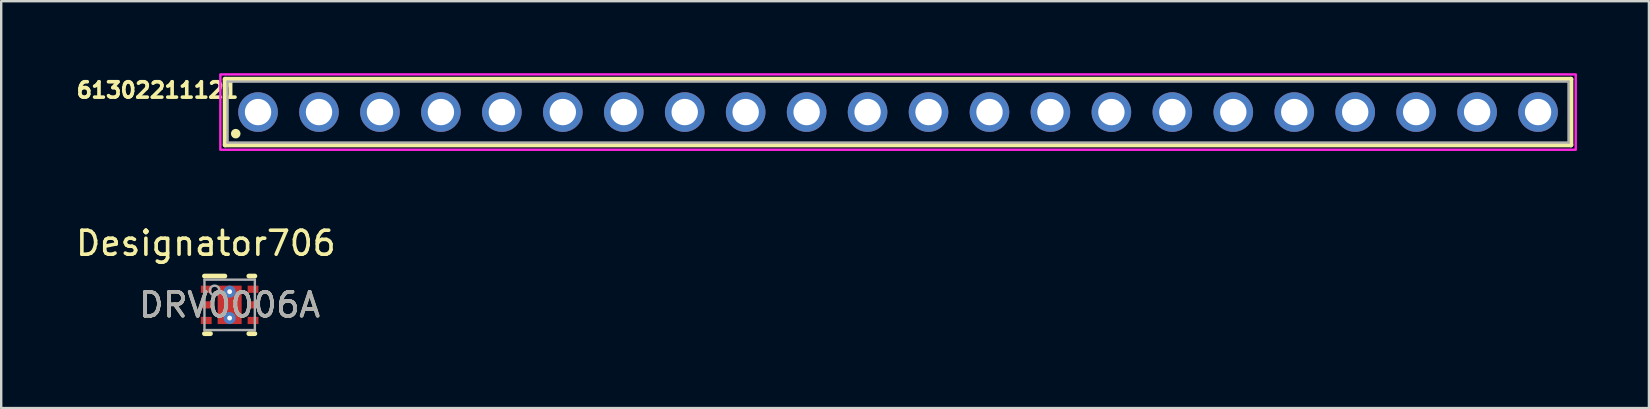
<source format=kicad_pcb>
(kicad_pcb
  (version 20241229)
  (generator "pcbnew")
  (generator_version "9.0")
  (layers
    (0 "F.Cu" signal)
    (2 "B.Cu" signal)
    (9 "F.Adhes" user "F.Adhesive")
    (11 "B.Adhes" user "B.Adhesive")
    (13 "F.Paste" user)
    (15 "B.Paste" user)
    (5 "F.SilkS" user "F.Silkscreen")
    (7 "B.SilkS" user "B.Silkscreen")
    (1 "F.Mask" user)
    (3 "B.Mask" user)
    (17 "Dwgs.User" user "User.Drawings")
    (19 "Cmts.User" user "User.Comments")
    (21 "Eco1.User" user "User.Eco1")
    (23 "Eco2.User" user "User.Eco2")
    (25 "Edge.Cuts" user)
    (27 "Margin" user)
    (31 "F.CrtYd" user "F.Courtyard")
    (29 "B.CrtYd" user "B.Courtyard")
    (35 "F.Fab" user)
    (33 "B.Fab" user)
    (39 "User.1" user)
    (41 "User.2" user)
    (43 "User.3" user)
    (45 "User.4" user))
  (footprint "DRV0006A"
    (layer "F.Cu")
    (at 6.52 9.654)
    (property "Reference" "DRV0006A" (at 0 0 0) (unlocked yes) (layer "F.SilkS") (effects (font (size 1 1) (thickness 0.15))))
    (attr smd)
    (fp_line (start -1.05 -1.2) (end -0.2 -1.2) (stroke (width 0.2) (type solid)) (layer "F.SilkS"))
    (fp_line (start -1.05 1.2) (end -0.8 1.2) (stroke (width 0.2) (type solid)) (layer "F.SilkS"))
    (fp_line (start 0.8 -1.2) (end 1.05 -1.2) (stroke (width 0.2) (type solid)) (layer "F.SilkS"))
    (fp_line (start 0.8 1.2) (end 1.05 1.2) (stroke (width 0.2) (type solid)) (layer "F.SilkS"))
    (fp_poly (pts (xy -0.5 -0.149) (xy -0.5 -0.751) (xy -0.499 -0.761) (xy -0.496 -0.77) (xy -0.492 -0.778) (xy -0.486 -0.786) (xy -0.478 -0.792) (xy -0.47 -0.796) (xy -0.461 -0.799) (xy -0.451 -0.8) (xy 0.451 -0.8) (xy 0.461 -0.799) (xy 0.47 -0.796) (xy 0.478 -0.792) (xy 0.486 -0.786) (xy 0.492 -0.778) (xy 0.496 -0.77) (xy 0.499 -0.761) (xy 0.5 -0.751) (xy 0.5 -0.149) (xy 0.499 -0.139) (xy 0.496 -0.13) (xy 0.492 -0.122) (xy 0.486 -0.114) (xy 0.478 -0.108) (xy 0.47 -0.104) (xy 0.461 -0.101) (xy 0.451 -0.1) (xy -0.451 -0.1) (xy -0.461 -0.101) (xy -0.47 -0.104) (xy -0.478 -0.108) (xy -0.486 -0.114) (xy -0.492 -0.122) (xy -0.496 -0.13) (xy -0.499 -0.139)) (stroke (width 0) (type solid)) (fill yes) (layer "F.Paste"))
    (fp_poly (pts (xy -0.5 0.751) (xy -0.5 0.149) (xy -0.499 0.139) (xy -0.496 0.13) (xy -0.492 0.122) (xy -0.486 0.114) (xy -0.478 0.108) (xy -0.47 0.104) (xy -0.461 0.101) (xy -0.451 0.1) (xy 0.451 0.1) (xy 0.461 0.101) (xy 0.47 0.104) (xy 0.478 0.108) (xy 0.486 0.114) (xy 0.492 0.122) (xy 0.496 0.13) (xy 0.499 0.139) (xy 0.5 0.149) (xy 0.5 0.751) (xy 0.499 0.761) (xy 0.496 0.77) (xy 0.492 0.778) (xy 0.486 0.786) (xy 0.478 0.792) (xy 0.47 0.796) (xy 0.461 0.799) (xy 0.451 0.8) (xy -0.451 0.8) (xy -0.461 0.799) (xy -0.47 0.796) (xy -0.478 0.792) (xy -0.486 0.786) (xy -0.492 0.778) (xy -0.496 0.77) (xy -0.499 0.761)) (stroke (width 0) (type solid)) (fill yes) (layer "F.Paste"))
    (fp_line (start -1.05 -1.05) (end 1.05 -1.05) (stroke (width 0.1) (type solid)) (layer "F.Fab"))
    (fp_line (start -1.05 1.05) (end -1.05 -1.05) (stroke (width 0.1) (type solid)) (layer "F.Fab"))
    (fp_line (start -1.05 1.05) (end 1.05 1.05) (stroke (width 0.1) (type solid)) (layer "F.Fab"))
    (fp_line (start 1.05 1.05) (end 1.05 -1.05) (stroke (width 0.1) (type solid)) (layer "F.Fab"))
    (fp_circle (center -0.625 -0.6) (end -0.425 -0.6) (stroke (width 0.1) (type solid)) (fill no) (layer "F.Fab"))
    (fp_text user "Designator706" (at -0.991 -2.565 0) (unlocked yes) (layer "F.SilkS") (effects (font (size 1 1) (thickness 0.15))))
    (fp_text user "${REFERENCE}" (at 0 0 0) (unlocked yes) (layer "F.Fab") (effects (font (size 1 1) (thickness 0.15))))
    (pad "1" smd rect (at -0.975 -0.65 90) (size 0.3 0.45) (layers "F.Cu" "F.Mask" "F.Paste"))
    (pad "2" smd rect (at -0.975 0 90) (size 0.3 0.45) (layers "F.Cu" "F.Mask" "F.Paste"))
    (pad "3" smd rect (at -0.975 0.65 90) (size 0.3 0.45) (layers "F.Cu" "F.Mask" "F.Paste"))
    (pad "4" smd rect (at 0.975 0.65 90) (size 0.3 0.45) (layers "F.Cu" "F.Mask" "F.Paste"))
    (pad "5" smd rect (at 0.975 0 90) (size 0.3 0.45) (layers "F.Cu" "F.Mask" "F.Paste"))
    (pad "6" smd rect (at 0.975 -0.65 90) (size 0.3 0.45) (layers "F.Cu" "F.Mask" "F.Paste"))
    (pad "7" smd rect (at 0 0) (size 1 1.6) (layers "F.Cu" "F.Mask" "F.Paste"))
    (pad "V" thru_hole circle (at 0 -0.55) (size 0.5 0.5) (drill 0.203) (layers "*.Cu" "*.Mask"))
    (pad "V" thru_hole circle (at 0 0.55) (size 0.5 0.5) (drill 0.203) (layers "*.Cu" "*.Mask")))
  (footprint "61302211121"
    (layer "F.Cu")
    (at 34.373 1.62)
    (property "Reference" "61302211121" (at -30.86 -0.912 0) (layer "F.SilkS") (effects (font (size 0.64 0.64) (thickness 0.15))))
    (attr through_hole)
    (fp_line (start -28.04 -1.37) (end 28.04 -1.37) (stroke (width 0.2) (type solid)) (layer "F.SilkS"))
    (fp_line (start -28.04 1.37) (end -28.04 -1.37) (stroke (width 0.2) (type solid)) (layer "F.SilkS"))
    (fp_line (start 28.04 -1.37) (end 28.04 1.37) (stroke (width 0.2) (type solid)) (layer "F.SilkS"))
    (fp_line (start 28.04 1.37) (end -28.04 1.37) (stroke (width 0.2) (type solid)) (layer "F.SilkS"))
    (fp_circle (center -27.6 0.9) (end -27.5 0.9) (stroke (width 0.2) (type solid)) (fill no) (layer "F.SilkS"))
    (fp_poly (pts (xy -28.24 -1.57) (xy 28.24 -1.57) (xy 28.24 1.57) (xy -28.24 1.57)) (stroke (width 0.1) (type solid)) (fill no) (layer "F.CrtYd"))
    (fp_line (start -27.94 -1.27) (end -27.94 1.27) (stroke (width 0.1) (type solid)) (layer "F.Fab"))
    (fp_line (start -27.94 1.27) (end 27.94 1.27) (stroke (width 0.1) (type solid)) (layer "F.Fab"))
    (fp_line (start 27.94 -1.27) (end -27.94 -1.27) (stroke (width 0.1) (type solid)) (layer "F.Fab"))
    (fp_line (start 27.94 1.27) (end 27.94 -1.27) (stroke (width 0.1) (type solid)) (layer "F.Fab"))
    (pad "1" thru_hole circle (at -26.67 0) (size 1.65 1.65) (drill 1.1) (layers "*.Cu" "*.Mask"))
    (pad "2" thru_hole circle (at -24.13 0) (size 1.65 1.65) (drill 1.1) (layers "*.Cu" "*.Mask"))
    (pad "3" thru_hole circle (at -21.59 0) (size 1.65 1.65) (drill 1.1) (layers "*.Cu" "*.Mask"))
    (pad "4" thru_hole circle (at -19.05 0) (size 1.65 1.65) (drill 1.1) (layers "*.Cu" "*.Mask"))
    (pad "5" thru_hole circle (at -16.51 0) (size 1.65 1.65) (drill 1.1) (layers "*.Cu" "*.Mask"))
    (pad "6" thru_hole circle (at -13.97 0) (size 1.65 1.65) (drill 1.1) (layers "*.Cu" "*.Mask"))
    (pad "7" thru_hole circle (at -11.43 0) (size 1.65 1.65) (drill 1.1) (layers "*.Cu" "*.Mask"))
    (pad "8" thru_hole circle (at -8.89 0) (size 1.65 1.65) (drill 1.1) (layers "*.Cu" "*.Mask"))
    (pad "9" thru_hole circle (at -6.35 0) (size 1.65 1.65) (drill 1.1) (layers "*.Cu" "*.Mask"))
    (pad "10" thru_hole circle (at -3.81 0) (size 1.65 1.65) (drill 1.1) (layers "*.Cu" "*.Mask"))
    (pad "11" thru_hole circle (at -1.27 0) (size 1.65 1.65) (drill 1.1) (layers "*.Cu" "*.Mask"))
    (pad "12" thru_hole circle (at 1.27 0) (size 1.65 1.65) (drill 1.1) (layers "*.Cu" "*.Mask"))
    (pad "13" thru_hole circle (at 3.81 0) (size 1.65 1.65) (drill 1.1) (layers "*.Cu" "*.Mask"))
    (pad "14" thru_hole circle (at 6.35 0) (size 1.65 1.65) (drill 1.1) (layers "*.Cu" "*.Mask"))
    (pad "15" thru_hole circle (at 8.89 0) (size 1.65 1.65) (drill 1.1) (layers "*.Cu" "*.Mask"))
    (pad "16" thru_hole circle (at 11.43 0) (size 1.65 1.65) (drill 1.1) (layers "*.Cu" "*.Mask"))
    (pad "17" thru_hole circle (at 13.97 0) (size 1.65 1.65) (drill 1.1) (layers "*.Cu" "*.Mask"))
    (pad "18" thru_hole circle (at 16.51 0) (size 1.65 1.65) (drill 1.1) (layers "*.Cu" "*.Mask"))
    (pad "19" thru_hole circle (at 19.05 0) (size 1.65 1.65) (drill 1.1) (layers "*.Cu" "*.Mask"))
    (pad "20" thru_hole circle (at 21.59 0) (size 1.65 1.65) (drill 1.1) (layers "*.Cu" "*.Mask"))
    (pad "21" thru_hole circle (at 24.13 0) (size 1.65 1.65) (drill 1.1) (layers "*.Cu" "*.Mask"))
    (pad "22" thru_hole circle (at 26.67 0) (size 1.65 1.65) (drill 1.1) (layers "*.Cu" "*.Mask")))
  (gr_rect
    (start -3 -3)
    (end 65.663 13.954)
    (stroke (width 0.1) (type default))
    (fill no)
    (layer "Edge.Cuts")))
</source>
